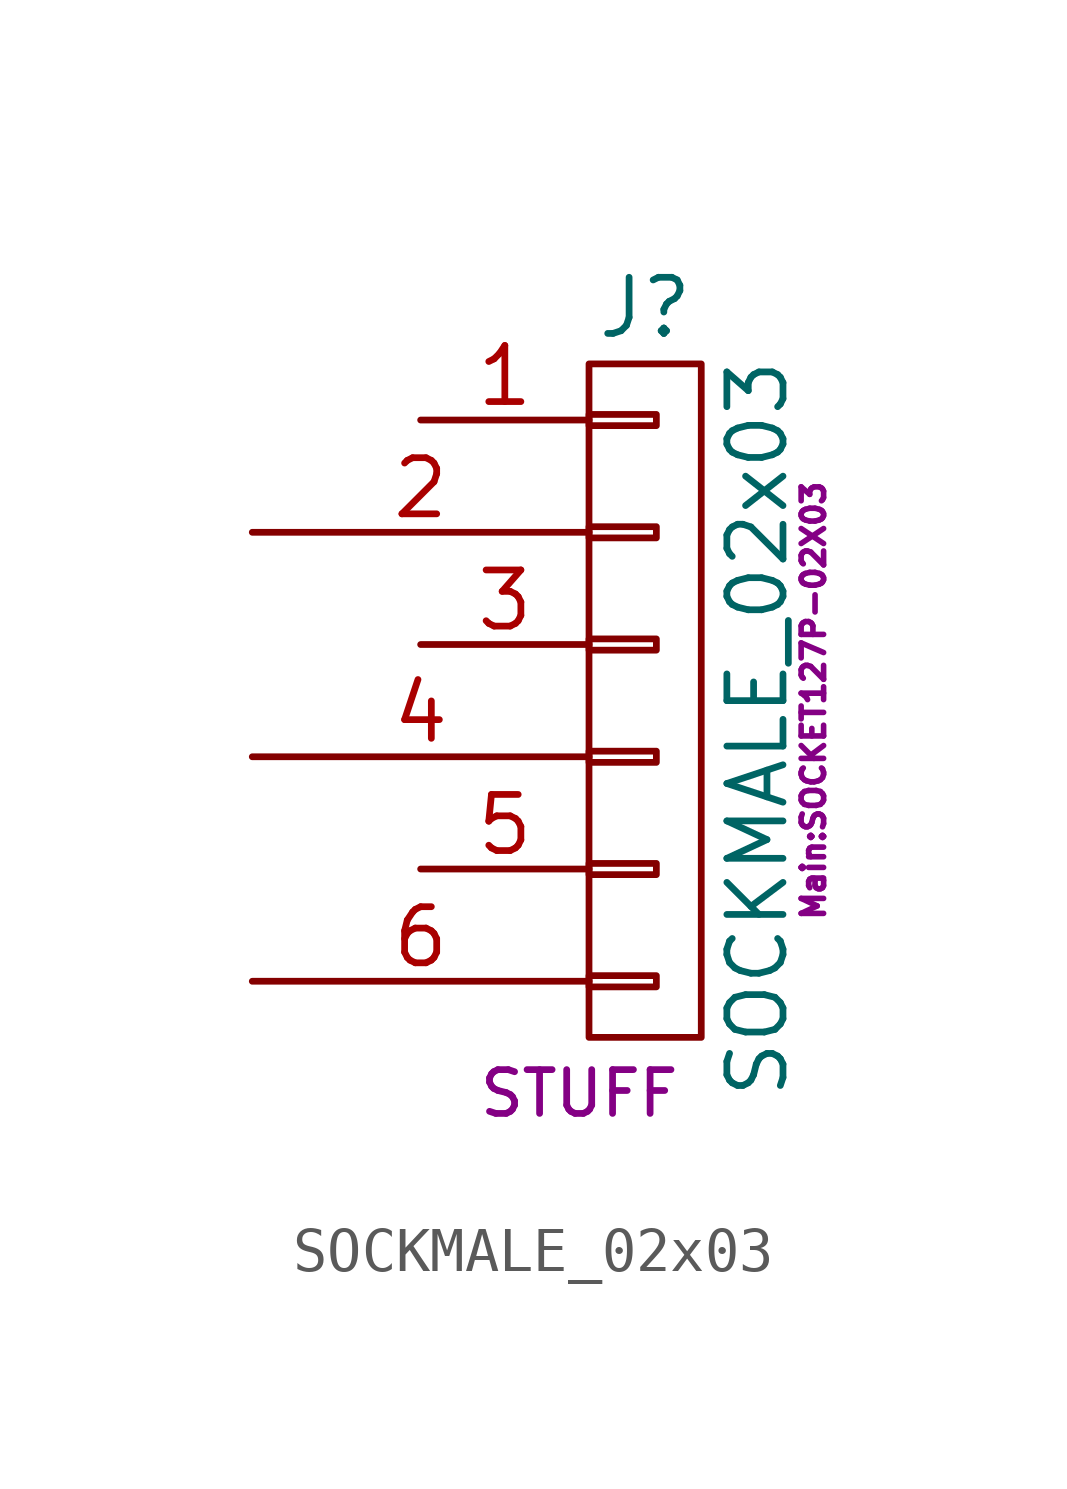
<source format=kicad_sym>
(kicad_symbol_lib
  (version 20211014)
  (generator kicad_symbol_editor)
  (symbol "SOCKMALE_02x03"
    (pin_names
      (offset 1.016) hide)
    (property "Reference" "J"
      (at 0 6.35 0)
      (effects (font (size 1.27 1.27))))
    (property "Value" "SOCKMALE_02x03"
      (at 2.54 -3.175 90)
      (effects (font (size 1.27 1.27))))
    (property "Footprint" "Main:SOCKET127P-02X03"
      (at 3.81 -2.54 90)
      (effects (font (size 0.508 0.508))))
    (property "Datasheet" ""
      (at 0 6.35 0)
      (effects (font (size 1.27 1.27))))
    (property "SKU" "STUFF"
      (at -3.81 -11.43 0)
      (effects (font (size 0.991 0.991)) (justify left)))
    (symbol "SOCKMALE_02x03_0_1"
      (rectangle (start -1.27 -8.763) (end 0.254 -9.017) (stroke (width 0) (type default) (color 0 0 0 0)) (fill (type none)))
      (rectangle (start -1.27 -6.223) (end 0.254 -6.477) (stroke (width 0) (type default) (color 0 0 0 0)) (fill (type none)))
      (rectangle (start -1.27 -3.683) (end 0.254 -3.937) (stroke (width 0) (type default) (color 0 0 0 0)) (fill (type none)))
      (rectangle (start -1.27 -1.143) (end 0.254 -1.397) (stroke (width 0) (type default) (color 0 0 0 0)) (fill (type none)))
      (rectangle (start -1.27 1.397) (end 0.254 1.143) (stroke (width 0) (type default) (color 0 0 0 0)) (fill (type none)))
      (rectangle (start -1.27 3.937) (end 0.254 3.683) (stroke (width 0) (type default) (color 0 0 0 0)) (fill (type none)))
      (rectangle (start -1.27 5.08) (end 1.27 -10.16) (stroke (width 0) (type default) (color 0 0 0 0)) (fill (type none))))
    (symbol "SOCKMALE_02x03_1_1"
      (pin passive line (at -5.08 3.81 0) (length 3.81) (name "1" (effects (font (size 1.27 1.27)))) (number "1" (effects (font (size 1.27 1.27)))))
      (pin passive line (at -8.89 1.27 0) (length 7.62) (name "2" (effects (font (size 1.27 1.27)))) (number "2" (effects (font (size 1.27 1.27)))))
      (pin passive line (at -5.08 -1.27 0) (length 3.81) (name "3" (effects (font (size 1.27 1.27)))) (number "3" (effects (font (size 1.27 1.27)))))
      (pin passive line (at -8.89 -3.81 0) (length 7.62) (name "4" (effects (font (size 1.27 1.27)))) (number "4" (effects (font (size 1.27 1.27)))))
      (pin passive line (at -5.08 -6.35 0) (length 3.81) (name "5" (effects (font (size 1.27 1.27)))) (number "5" (effects (font (size 1.27 1.27)))))
      (pin passive line (at -8.89 -8.89 0) (length 7.62) (name "6" (effects (font (size 1.27 1.27)))) (number "6" (effects (font (size 1.27 1.27))))))))
</source>
